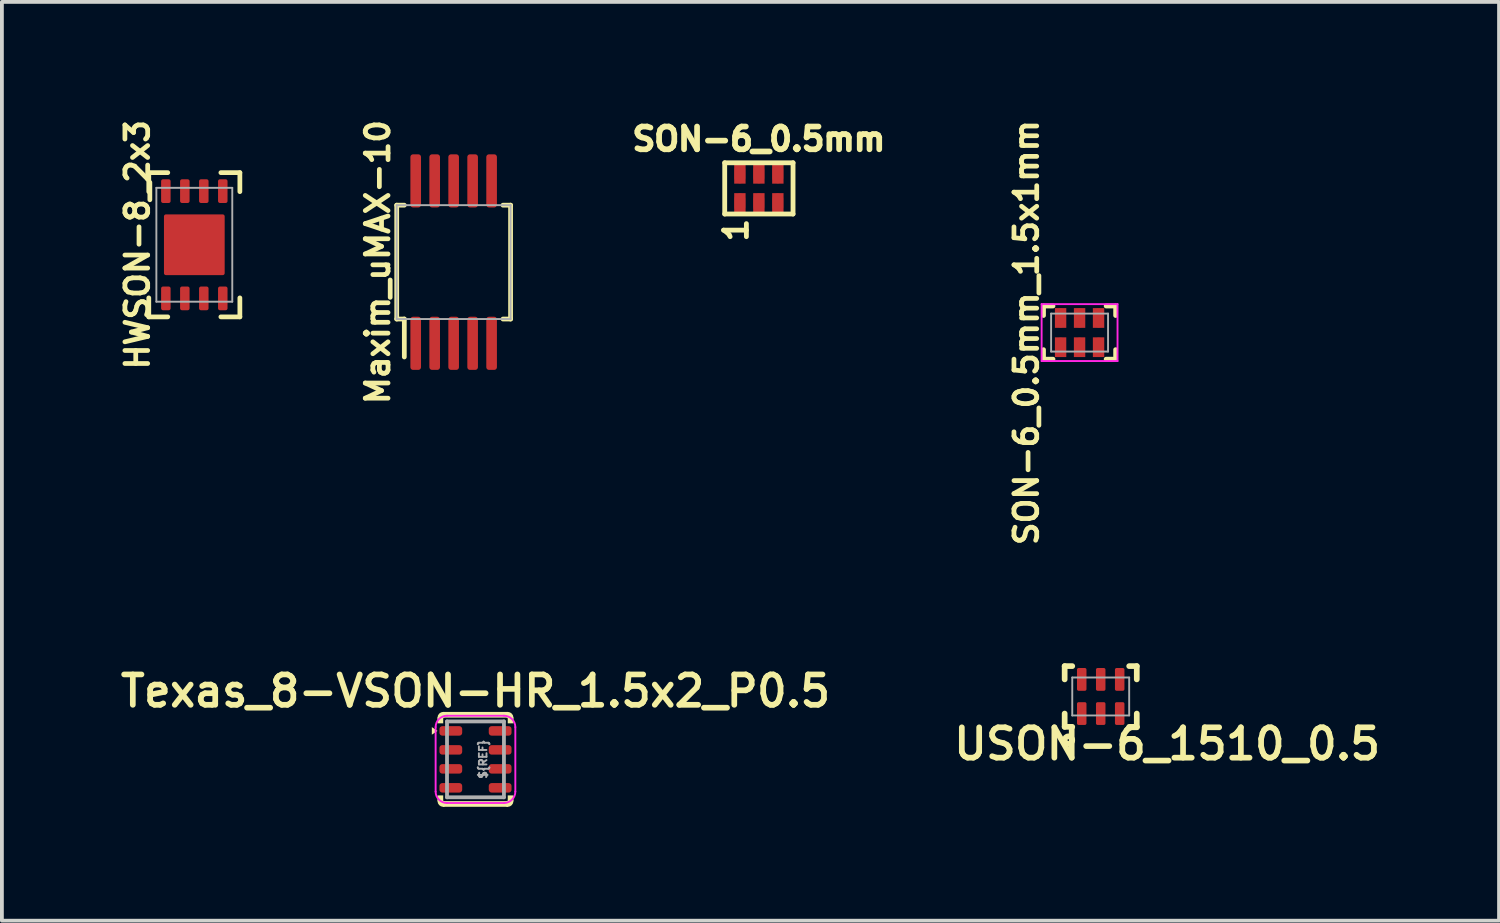
<source format=kicad_pcb>
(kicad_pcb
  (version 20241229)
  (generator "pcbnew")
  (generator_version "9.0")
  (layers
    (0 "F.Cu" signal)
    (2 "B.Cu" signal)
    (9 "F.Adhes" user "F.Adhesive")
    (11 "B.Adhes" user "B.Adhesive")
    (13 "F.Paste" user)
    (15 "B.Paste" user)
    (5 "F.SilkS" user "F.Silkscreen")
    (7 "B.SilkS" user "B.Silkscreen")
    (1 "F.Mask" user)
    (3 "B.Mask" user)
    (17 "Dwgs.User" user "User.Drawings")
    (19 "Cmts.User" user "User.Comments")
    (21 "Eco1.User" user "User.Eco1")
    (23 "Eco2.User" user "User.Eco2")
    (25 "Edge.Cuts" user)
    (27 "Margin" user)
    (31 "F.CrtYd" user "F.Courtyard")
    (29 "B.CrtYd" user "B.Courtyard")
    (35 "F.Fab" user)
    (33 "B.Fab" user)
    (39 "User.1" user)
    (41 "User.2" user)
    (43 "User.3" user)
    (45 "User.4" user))
  (footprint "Maxim_uMAX-10"
    (layer "F.Cu")
    (at 8.903 3.856)
    (property "Reference" "Maxim_uMAX-10" (at -2 0 90) (layer "F.SilkS") (effects (font (size 0.6 0.6) (thickness 0.125))))
    (attr smd)
    (fp_line (start -1.5 -1.5) (end -1.5 1.5) (stroke (width 0.125) (type solid)) (layer "F.SilkS"))
    (fp_line (start -1.5 1.5) (end -1.3 1.5) (stroke (width 0.125) (type solid)) (layer "F.SilkS"))
    (fp_line (start -1.3 -1.5) (end -1.5 -1.5) (stroke (width 0.125) (type solid)) (layer "F.SilkS"))
    (fp_line (start -1.3 1.5) (end -1.3 2.5) (stroke (width 0.125) (type solid)) (layer "F.SilkS"))
    (fp_line (start 1.3 -1.5) (end 1.5 -1.5) (stroke (width 0.125) (type solid)) (layer "F.SilkS"))
    (fp_line (start 1.5 -1.5) (end 1.5 1.5) (stroke (width 0.125) (type solid)) (layer "F.SilkS"))
    (fp_line (start 1.5 1.5) (end 1.3 1.5) (stroke (width 0.125) (type solid)) (layer "F.SilkS"))
    (fp_line (start -1.5 -1.5) (end 1.5 -1.5) (stroke (width 0.05) (type solid)) (layer "F.Fab"))
    (fp_line (start -1.5 1.5) (end -1.5 -1.5) (stroke (width 0.05) (type solid)) (layer "F.Fab"))
    (fp_line (start 1.5 -1.5) (end 1.5 1.5) (stroke (width 0.05) (type solid)) (layer "F.Fab"))
    (fp_line (start 1.5 1.5) (end -1.5 1.5) (stroke (width 0.05) (type solid)) (layer "F.Fab"))
    (pad "1" smd roundrect (at -1 2.14) (size 0.28 1.4) (layers "F.Cu" "F.Mask" "F.Paste") (roundrect_rratio 0.25))
    (pad "2" smd roundrect (at -0.5 2.14) (size 0.28 1.4) (layers "F.Cu" "F.Mask" "F.Paste") (roundrect_rratio 0.25))
    (pad "3" smd roundrect (at 0 2.14) (size 0.28 1.4) (layers "F.Cu" "F.Mask" "F.Paste") (roundrect_rratio 0.25))
    (pad "4" smd roundrect (at 0.5 2.14) (size 0.28 1.4) (layers "F.Cu" "F.Mask" "F.Paste") (roundrect_rratio 0.25))
    (pad "5" smd roundrect (at 1 2.14) (size 0.28 1.4) (layers "F.Cu" "F.Mask" "F.Paste") (roundrect_rratio 0.25))
    (pad "6" smd roundrect (at 1 -2.14) (size 0.28 1.4) (layers "F.Cu" "F.Mask" "F.Paste") (roundrect_rratio 0.25))
    (pad "7" smd roundrect (at 0.5 -2.14) (size 0.28 1.4) (layers "F.Cu" "F.Mask" "F.Paste") (roundrect_rratio 0.25))
    (pad "8" smd roundrect (at 0 -2.14) (size 0.28 1.4) (layers "F.Cu" "F.Mask" "F.Paste") (roundrect_rratio 0.25))
    (pad "9" smd roundrect (at -0.5 -2.14) (size 0.28 1.4) (layers "F.Cu" "F.Mask" "F.Paste") (roundrect_rratio 0.25))
    (pad "10" smd roundrect (at -1 -2.14) (size 0.28 1.4) (layers "F.Cu" "F.Mask" "F.Paste") (roundrect_rratio 0.25)))
  (footprint "Texas_8-VSON-HR_1.5x2_P0.5"
    (layer "F.Cu")
    (at 9.478 16.958)
    (property "Reference" "Texas_8-VSON-HR_1.5x2_P0.5" (at 0 -1.8 0) (unlocked yes) (layer "F.SilkS") (effects (font (size 0.8 0.8) (thickness 0.15))))
    (fp_arc (start -0.925002 -1.100002) (mid -0.903034 -1.153034) (end -0.85 -1.175) (stroke (width 0.15) (type solid)) (layer "F.SilkS"))
    (fp_arc (start -0.850002 1.175) (mid -0.903034 1.153032) (end -0.925 1.099998) (stroke (width 0.15) (type solid)) (layer "F.SilkS"))
    (fp_arc (start 0.850002 -1.175) (mid 0.903034 -1.153032) (end 0.925 -1.099998) (stroke (width 0.15) (type solid)) (layer "F.SilkS"))
    (fp_arc (start 0.925002 1.100002) (mid 0.903034 1.153034) (end 0.85 1.175) (stroke (width 0.15) (type solid)) (layer "F.SilkS"))
    (fp_poly (pts (xy -1 -0.75) (xy -1.15 -0.65) (xy -1.15 -0.85)) (stroke (width 0) (type solid)) (fill yes) (layer "F.SilkS"))
    (fp_poly (pts (xy -1 1.1) (xy -1 0.95) (xy -0.85 0.95) (xy -0.85 1.1) (xy 0.85 1.1) (xy 0.85 0.95) (xy 1 0.95) (xy 1 1.1) (xy 0.85 1.25) (xy -0.85 1.25)) (stroke (width 0) (type solid)) (fill yes) (layer "F.SilkS"))
    (fp_poly (pts (xy 1 -1.1) (xy 1 -0.95) (xy 0.85 -0.95) (xy 0.85 -1.1) (xy -0.85 -1.1) (xy -0.85 -0.95) (xy -1 -0.95) (xy -1 -1.1) (xy -0.85 -1.25) (xy 0.85 -1.25)) (stroke (width 0) (type solid)) (fill yes) (layer "F.SilkS"))
    (fp_line (start -1.05 -0.85) (end -1.05 0.85) (stroke (width 0.05) (type solid)) (layer "F.CrtYd"))
    (fp_line (start -0.75 -1.15) (end 0.75 -1.15) (stroke (width 0.05) (type solid)) (layer "F.CrtYd"))
    (fp_line (start -0.75 1.15) (end 0.75 1.15) (stroke (width 0.05) (type solid)) (layer "F.CrtYd"))
    (fp_line (start 1.05 -0.85) (end 1.05 0.85) (stroke (width 0.05) (type solid)) (layer "F.CrtYd"))
    (fp_arc (start -1.05 -0.85) (mid -0.962132 -1.062132) (end -0.75 -1.15) (stroke (width 0.05) (type solid)) (layer "F.CrtYd"))
    (fp_arc (start -0.75 1.15) (mid -0.962132 1.062132) (end -1.05 0.85) (stroke (width 0.05) (type solid)) (layer "F.CrtYd"))
    (fp_arc (start 0.75 -1.15) (mid 0.962132 -1.062132) (end 1.05 -0.85) (stroke (width 0.05) (type solid)) (layer "F.CrtYd"))
    (fp_arc (start 1.05 0.85) (mid 0.962132 1.062132) (end 0.75 1.15) (stroke (width 0.05) (type solid)) (layer "F.CrtYd"))
    (fp_line (start -0.75 -1) (end 0.75 -1) (stroke (width 0.1) (type solid)) (layer "F.Fab"))
    (fp_line (start -0.75 1) (end -0.75 -1) (stroke (width 0.1) (type solid)) (layer "F.Fab"))
    (fp_line (start 0.75 -1) (end 0.75 1) (stroke (width 0.1) (type solid)) (layer "F.Fab"))
    (fp_line (start 0.75 1) (end -0.75 1) (stroke (width 0.1) (type solid)) (layer "F.Fab"))
    (fp_text user "${REF}" (at 0.2 0 90) (unlocked yes) (layer "F.Fab") (effects (font (size 0.2 0.2) (thickness 0.05))))
    (pad "1" smd roundrect (at -0.65 -0.75) (size 0.6 0.25) (layers "F.Cu" "F.Mask" "F.Paste") (roundrect_rratio 0.3))
    (pad "2" smd roundrect (at -0.65 -0.25) (size 0.6 0.25) (layers "F.Cu" "F.Mask" "F.Paste") (roundrect_rratio 0.3))
    (pad "3" smd roundrect (at -0.65 0.25) (size 0.6 0.25) (layers "F.Cu" "F.Mask" "F.Paste") (roundrect_rratio 0.3))
    (pad "4" smd roundrect (at -0.65 0.75) (size 0.6 0.25) (layers "F.Cu" "F.Mask" "F.Paste") (roundrect_rratio 0.3))
    (pad "5" smd roundrect (at 0.65 0.75) (size 0.6 0.25) (layers "F.Cu" "F.Mask" "F.Paste") (roundrect_rratio 0.3))
    (pad "6" smd roundrect (at 0.65 0.25) (size 0.6 0.25) (layers "F.Cu" "F.Mask" "F.Paste") (roundrect_rratio 0.3))
    (pad "7" smd roundrect (at 0.65 -0.25) (size 0.6 0.25) (layers "F.Cu" "F.Mask" "F.Paste") (roundrect_rratio 0.3))
    (pad "8" smd roundrect (at 0.65 -0.75) (size 0.6 0.25) (layers "F.Cu" "F.Mask" "F.Paste") (roundrect_rratio 0.3)))
  (footprint "SON-6_0.5mm"
    (layer "F.Cu")
    (at 16.945 1.914)
    (property "Reference" "SON-6_0.5mm" (at 0 -1.3 0) (layer "F.SilkS") (effects (font (size 0.6 0.6) (thickness 0.15))))
    (attr smd)
    (fp_line (start -0.9 -0.675) (end 0.9 -0.675) (stroke (width 0.127) (type solid)) (layer "F.SilkS"))
    (fp_line (start -0.9 0.675) (end -0.9 -0.675) (stroke (width 0.127) (type solid)) (layer "F.SilkS"))
    (fp_line (start 0.9 -0.675) (end 0.9 0.675) (stroke (width 0.127) (type solid)) (layer "F.SilkS"))
    (fp_line (start 0.9 0.675) (end -0.9 0.675) (stroke (width 0.127) (type solid)) (layer "F.SilkS"))
    (fp_text user "1" (at -0.6 1.1 90) (layer "F.SilkS") (effects (font (size 0.6 0.6) (thickness 0.127))))
    (pad "1" smd oval (at -0.5 0.385) (size 0.28 0.5) (layers "F.Cu" "F.Mask" "F.Paste"))
    (pad "1" smd rect (at -0.5 0.385) (size 0.3 0.52) (layers "F.Cu" "F.Mask"))
    (pad "2" smd oval (at 0 0.385) (size 0.28 0.5) (layers "F.Cu" "F.Mask" "F.Paste"))
    (pad "2" smd rect (at 0 0.385) (size 0.3 0.52) (layers "F.Cu" "F.Mask"))
    (pad "3" smd oval (at 0.5 0.385) (size 0.28 0.5) (layers "F.Cu" "F.Mask" "F.Paste"))
    (pad "3" smd rect (at 0.5 0.385) (size 0.3 0.52) (layers "F.Cu" "F.Mask"))
    (pad "4" smd oval (at 0.5 -0.385) (size 0.28 0.5) (layers "F.Cu" "F.Mask" "F.Paste"))
    (pad "4" smd rect (at 0.5 -0.385) (size 0.3 0.52) (layers "F.Cu" "F.Mask"))
    (pad "5" smd oval (at 0 -0.385) (size 0.28 0.5) (layers "F.Cu" "F.Mask" "F.Paste"))
    (pad "5" smd rect (at 0 -0.385) (size 0.3 0.52) (layers "F.Cu" "F.Mask"))
    (pad "6" smd oval (at -0.5 -0.385) (size 0.28 0.5) (layers "F.Cu" "F.Mask" "F.Paste"))
    (pad "6" smd rect (at -0.5 -0.385) (size 0.3 0.52) (layers "F.Cu" "F.Mask")))
  (footprint "HWSON-8_2x3"
    (layer "F.Cu")
    (at 2.07 3.399)
    (property "Reference" "HWSON-8_2x3" (at -1.5 0 90) (layer "F.SilkS") (effects (font (size 0.6 0.6) (thickness 0.125))))
    (attr smd)
    (fp_line (start -1.2 -1.9) (end -1.2 -1.4) (stroke (width 0.125) (type solid)) (layer "F.SilkS"))
    (fp_line (start -1.2 -1.9) (end -0.7 -1.9) (stroke (width 0.125) (type solid)) (layer "F.SilkS"))
    (fp_line (start -1.2 1.9) (end -1.2 1.4) (stroke (width 0.125) (type solid)) (layer "F.SilkS"))
    (fp_line (start -1.2 1.9) (end -0.7 1.9) (stroke (width 0.125) (type solid)) (layer "F.SilkS"))
    (fp_line (start 1.2 -1.9) (end 0.7 -1.9) (stroke (width 0.125) (type solid)) (layer "F.SilkS"))
    (fp_line (start 1.2 -1.9) (end 1.2 -1.4) (stroke (width 0.125) (type solid)) (layer "F.SilkS"))
    (fp_line (start 1.2 1.9) (end 0.7 1.9) (stroke (width 0.125) (type solid)) (layer "F.SilkS"))
    (fp_line (start 1.2 1.9) (end 1.2 1.4) (stroke (width 0.125) (type solid)) (layer "F.SilkS"))
    (fp_line (start -1 -1.5) (end 1 -1.5) (stroke (width 0.05) (type solid)) (layer "F.Fab"))
    (fp_line (start -1 1.5) (end -1 -1.5) (stroke (width 0.05) (type solid)) (layer "F.Fab"))
    (fp_line (start 1 -1.5) (end 1 1.5) (stroke (width 0.05) (type solid)) (layer "F.Fab"))
    (fp_line (start 1 1.5) (end -1 1.5) (stroke (width 0.05) (type solid)) (layer "F.Fab"))
    (pad "1" smd roundrect (at -0.75 1.413) (size 0.25 0.625) (layers "F.Cu" "F.Mask" "F.Paste") (roundrect_rratio 0.2))
    (pad "2" smd roundrect (at -0.25 1.413) (size 0.25 0.625) (layers "F.Cu" "F.Mask" "F.Paste") (roundrect_rratio 0.2))
    (pad "3" smd roundrect (at 0.25 1.413) (size 0.25 0.625) (layers "F.Cu" "F.Mask" "F.Paste") (roundrect_rratio 0.2))
    (pad "4" smd roundrect (at 0.75 1.413) (size 0.25 0.625) (layers "F.Cu" "F.Mask" "F.Paste") (roundrect_rratio 0.2))
    (pad "5" smd roundrect (at 0.75 -1.413) (size 0.25 0.625) (layers "F.Cu" "F.Mask" "F.Paste") (roundrect_rratio 0.2))
    (pad "6" smd roundrect (at 0.25 -1.413) (size 0.25 0.625) (layers "F.Cu" "F.Mask" "F.Paste") (roundrect_rratio 0.2))
    (pad "7" smd roundrect (at -0.25 -1.413) (size 0.25 0.625) (layers "F.Cu" "F.Mask" "F.Paste") (roundrect_rratio 0.2))
    (pad "8" smd roundrect (at -0.75 -1.413) (size 0.25 0.625) (layers "F.Cu" "F.Mask" "F.Paste") (roundrect_rratio 0.2))
    (pad "9" smd roundrect (at 0 0) (size 0.6 0.6) (layers "F.Cu" "F.Paste") (roundrect_rratio 0.032))
    (pad "9" smd roundrect (at 0 0) (size 1.6 1.6) (layers "F.Cu" "F.Mask") (roundrect_rratio 0.032)))
  (footprint "USON-6_1510_0.5"
    (layer "F.Cu")
    (at 25.952 15.301)
    (property "Reference" "USON-6_1510_0.5" (at 1.75 1.25 0) (layer "F.SilkS") (effects (font (size 0.8 0.8) (thickness 0.15))))
    (attr through_hole)
    (fp_line (start -0.95 -0.8) (end -0.95 -0.45) (stroke (width 0.15) (type solid)) (layer "F.SilkS"))
    (fp_line (start -0.95 -0.8) (end -0.75 -0.8) (stroke (width 0.15) (type solid)) (layer "F.SilkS"))
    (fp_line (start -0.95 0.45) (end -0.95 0.8) (stroke (width 0.15) (type solid)) (layer "F.SilkS"))
    (fp_line (start -0.95 0.8) (end -0.75 0.8) (stroke (width 0.15) (type solid)) (layer "F.SilkS"))
    (fp_line (start 0.75 -0.8) (end 0.95 -0.8) (stroke (width 0.15) (type solid)) (layer "F.SilkS"))
    (fp_line (start 0.75 0.8) (end 0.95 0.8) (stroke (width 0.15) (type solid)) (layer "F.SilkS"))
    (fp_line (start 0.95 -0.8) (end 0.95 -0.45) (stroke (width 0.15) (type solid)) (layer "F.SilkS"))
    (fp_line (start 0.95 0.8) (end 0.95 0.45) (stroke (width 0.15) (type solid)) (layer "F.SilkS"))
    (fp_circle (center -0.85 1.15) (end -0.75 1.15) (stroke (width 0.15) (type solid)) (fill no) (layer "F.SilkS"))
    (fp_line (start -0.75 -0.5) (end -0.75 0.5) (stroke (width 0.05) (type solid)) (layer "F.Fab"))
    (fp_line (start -0.75 -0.5) (end 0.75 -0.5) (stroke (width 0.05) (type solid)) (layer "F.Fab"))
    (fp_line (start -0.75 0.5) (end 0.75 0.5) (stroke (width 0.05) (type solid)) (layer "F.Fab"))
    (fp_line (start 0.75 -0.5) (end 0.75 0.5) (stroke (width 0.05) (type solid)) (layer "F.Fab"))
    (pad "" smd oval (at -0.5 -0.45) (size 0.25 0.45) (layers "F.Paste"))
    (pad "" smd oval (at -0.5 0.45) (size 0.25 0.45) (layers "F.Paste"))
    (pad "" smd oval (at 0 -0.45) (size 0.25 0.45) (layers "F.Paste"))
    (pad "" smd oval (at 0 0.45) (size 0.25 0.45) (layers "F.Paste"))
    (pad "" smd oval (at 0.5 -0.45) (size 0.25 0.45) (layers "F.Paste"))
    (pad "" smd oval (at 0.5 0.45) (size 0.25 0.45) (layers "F.Paste"))
    (pad "1" smd roundrect (at -0.5 0.45) (size 0.25 0.6) (layers "F.Cu" "F.Mask") (roundrect_rratio 0.17))
    (pad "2" smd roundrect (at 0 0.45) (size 0.25 0.6) (layers "F.Cu" "F.Mask") (roundrect_rratio 0.17))
    (pad "3" smd roundrect (at 0.5 0.45) (size 0.25 0.6) (layers "F.Cu" "F.Mask") (roundrect_rratio 0.17))
    (pad "4" smd roundrect (at 0.5 -0.45) (size 0.25 0.6) (layers "F.Cu" "F.Mask") (roundrect_rratio 0.17))
    (pad "5" smd roundrect (at 0 -0.45) (size 0.25 0.6) (layers "F.Cu" "F.Mask") (roundrect_rratio 0.17))
    (pad "6" smd roundrect (at -0.5 -0.45) (size 0.25 0.6) (layers "F.Cu" "F.Mask") (roundrect_rratio 0.17)))
  (footprint "SON-6_0.5mm_1.5x1mm"
    (layer "F.Cu")
    (at 25.395 5.713)
    (property "Reference" "SON-6_0.5mm_1.5x1mm" (at -1.4 0 90) (layer "F.SilkS") (effects (font (size 0.6 0.6) (thickness 0.125))))
    (attr smd)
    (fp_line (start -0.95 -0.7) (end -0.95 -0.45) (stroke (width 0.125) (type solid)) (layer "F.SilkS"))
    (fp_line (start -0.95 -0.7) (end -0.7 -0.7) (stroke (width 0.125) (type solid)) (layer "F.SilkS"))
    (fp_line (start -0.95 0.7) (end -0.95 0.45) (stroke (width 0.125) (type solid)) (layer "F.SilkS"))
    (fp_line (start -0.7 0.7) (end -0.95 0.7) (stroke (width 0.125) (type solid)) (layer "F.SilkS"))
    (fp_line (start 0.7 -0.7) (end 0.95 -0.7) (stroke (width 0.125) (type solid)) (layer "F.SilkS"))
    (fp_line (start 0.95 -0.7) (end 0.95 -0.45) (stroke (width 0.125) (type solid)) (layer "F.SilkS"))
    (fp_line (start 0.95 0.45) (end 0.95 0.7) (stroke (width 0.125) (type solid)) (layer "F.SilkS"))
    (fp_line (start 0.95 0.7) (end 0.7 0.7) (stroke (width 0.125) (type solid)) (layer "F.SilkS"))
    (fp_line (start -1 -0.75) (end 1 -0.75) (stroke (width 0.05) (type solid)) (layer "F.CrtYd"))
    (fp_line (start -1 0.75) (end -1 -0.75) (stroke (width 0.05) (type solid)) (layer "F.CrtYd"))
    (fp_line (start 1 -0.75) (end 1 0.75) (stroke (width 0.05) (type solid)) (layer "F.CrtYd"))
    (fp_line (start 1 0.75) (end -1 0.75) (stroke (width 0.05) (type solid)) (layer "F.CrtYd"))
    (fp_line (start -0.75 -0.5) (end 0.75 -0.5) (stroke (width 0.05) (type solid)) (layer "F.Fab"))
    (fp_line (start -0.75 0.5) (end -0.75 -0.5) (stroke (width 0.05) (type solid)) (layer "F.Fab"))
    (fp_line (start 0.75 -0.5) (end 0.75 0.5) (stroke (width 0.05) (type solid)) (layer "F.Fab"))
    (fp_line (start 0.75 0.5) (end -0.75 0.5) (stroke (width 0.05) (type solid)) (layer "F.Fab"))
    (pad "1" smd oval (at -0.5 0.385) (size 0.28 0.5) (layers "F.Cu" "F.Mask" "F.Paste"))
    (pad "1" smd rect (at -0.5 0.385) (size 0.3 0.52) (layers "F.Cu" "F.Mask"))
    (pad "2" smd oval (at 0 0.385) (size 0.28 0.5) (layers "F.Cu" "F.Mask" "F.Paste"))
    (pad "2" smd rect (at 0 0.385) (size 0.3 0.52) (layers "F.Cu" "F.Mask"))
    (pad "3" smd oval (at 0.5 0.385) (size 0.28 0.5) (layers "F.Cu" "F.Mask" "F.Paste"))
    (pad "3" smd rect (at 0.5 0.385) (size 0.3 0.52) (layers "F.Cu" "F.Mask"))
    (pad "4" smd oval (at 0.5 -0.385) (size 0.28 0.5) (layers "F.Cu" "F.Mask" "F.Paste"))
    (pad "4" smd rect (at 0.5 -0.385) (size 0.3 0.52) (layers "F.Cu" "F.Mask"))
    (pad "5" smd oval (at 0 -0.385) (size 0.28 0.5) (layers "F.Cu" "F.Mask" "F.Paste"))
    (pad "5" smd rect (at 0 -0.385) (size 0.3 0.52) (layers "F.Cu" "F.Mask"))
    (pad "6" smd oval (at -0.5 -0.385) (size 0.28 0.5) (layers "F.Cu" "F.Mask" "F.Paste"))
    (pad "6" smd rect (at -0.5 -0.385) (size 0.3 0.52) (layers "F.Cu" "F.Mask")))
  (gr_rect
    (start -3 -3)
    (end 36.447 21.208)
    (stroke (width 0.1) (type default))
    (fill no)
    (layer "Edge.Cuts")))
</source>
